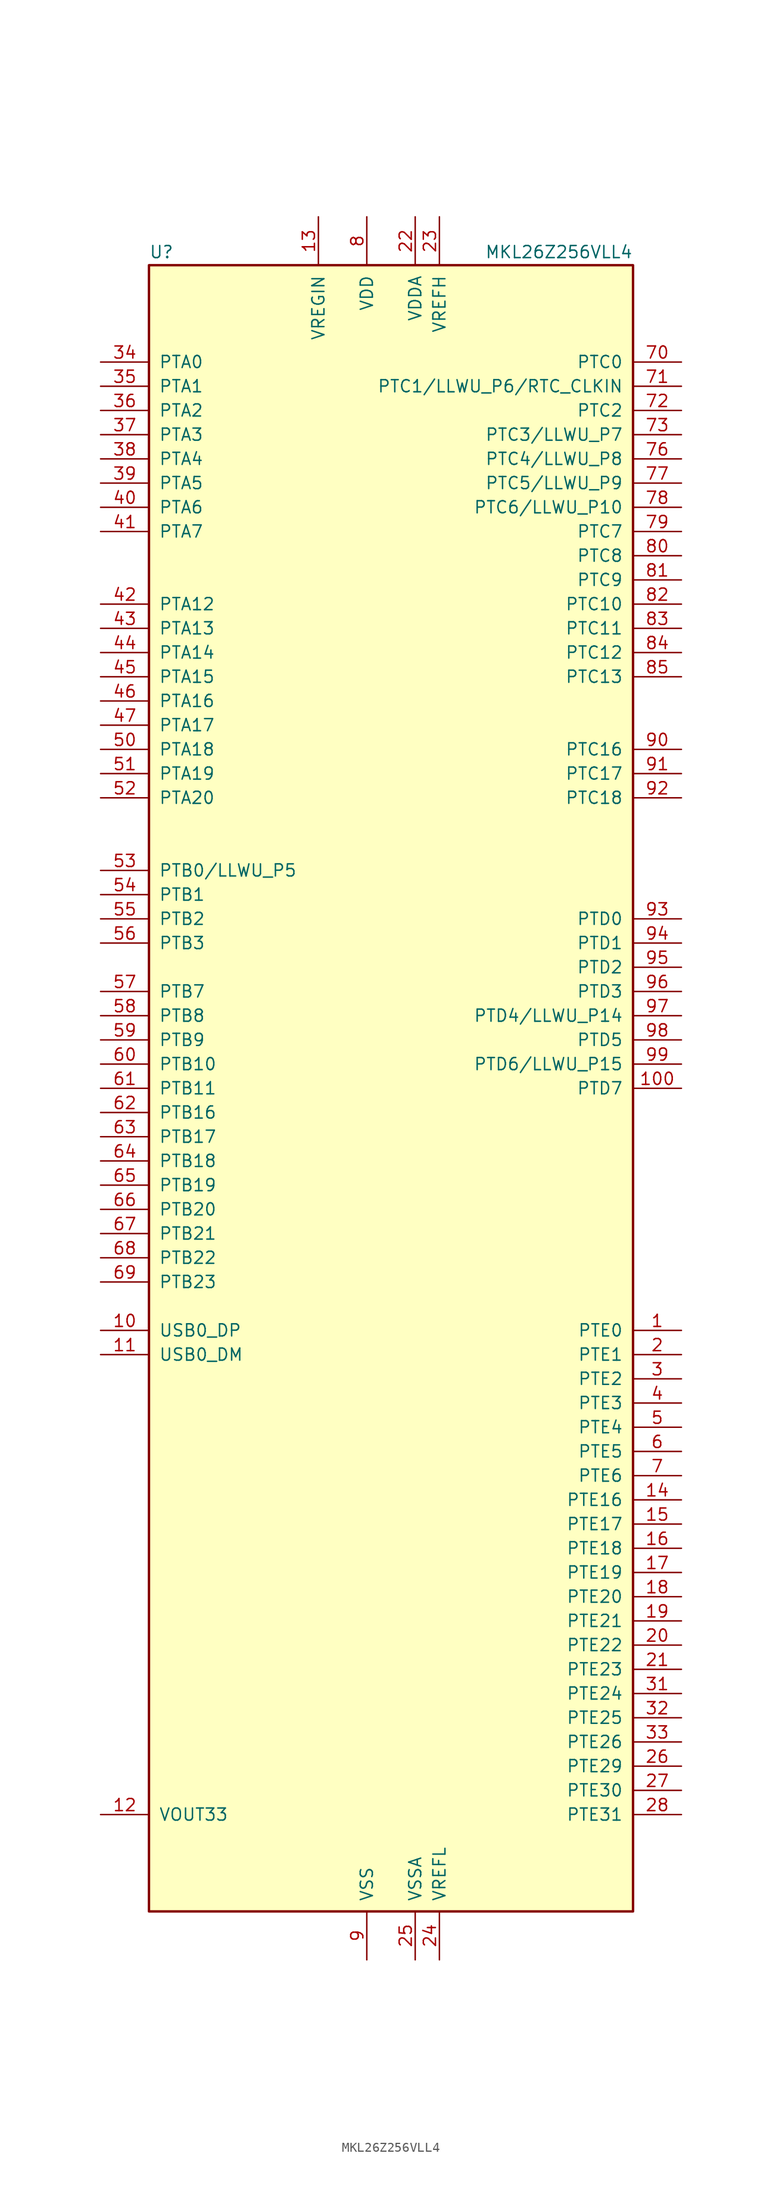
<source format=kicad_sym>
(kicad_symbol_lib
  (version 20241209)
  (generator "kicad_symbol_editor")
  (generator_version "9.0")
  (symbol "MKL26Z256VLL4"
    (pin_names
      (offset 1.016))
    (property "Reference" "U"
      (at -25.4 86.995 0)
      (effects (font (size 1.27 1.27)) (justify left bottom)))
    (property "Value" "MKL26Z256VLL4"
      (at 25.4 86.995 0)
      (effects (font (size 1.27 1.27)) (justify right bottom)))
    (symbol "MKL26Z256VLL4_0_1"
      (rectangle (start -25.4 86.36) (end 25.4 -86.36) (stroke (width 0.254) (type default)) (fill (type background))))
    (symbol "MKL26Z256VLL4_1_1"
      (pin bidirectional line (at -30.48 76.2 0) (length 5.08) (name "PTA0" (effects (font (size 1.27 1.27)))) (number "34" (effects (font (size 1.27 1.27)))))
      (pin bidirectional line (at -30.48 73.66 0) (length 5.08) (name "PTA1" (effects (font (size 1.27 1.27)))) (number "35" (effects (font (size 1.27 1.27)))))
      (pin bidirectional line (at -30.48 71.12 0) (length 5.08) (name "PTA2" (effects (font (size 1.27 1.27)))) (number "36" (effects (font (size 1.27 1.27)))))
      (pin bidirectional line (at -30.48 68.58 0) (length 5.08) (name "PTA3" (effects (font (size 1.27 1.27)))) (number "37" (effects (font (size 1.27 1.27)))))
      (pin bidirectional line (at -30.48 66.04 0) (length 5.08) (name "PTA4" (effects (font (size 1.27 1.27)))) (number "38" (effects (font (size 1.27 1.27)))))
      (pin bidirectional line (at -30.48 63.5 0) (length 5.08) (name "PTA5" (effects (font (size 1.27 1.27)))) (number "39" (effects (font (size 1.27 1.27)))))
      (pin bidirectional line (at -30.48 60.96 0) (length 5.08) (name "PTA6" (effects (font (size 1.27 1.27)))) (number "40" (effects (font (size 1.27 1.27)))))
      (pin bidirectional line (at -30.48 58.42 0) (length 5.08) (name "PTA7" (effects (font (size 1.27 1.27)))) (number "41" (effects (font (size 1.27 1.27)))))
      (pin bidirectional line (at -30.48 50.8 0) (length 5.08) (name "PTA12" (effects (font (size 1.27 1.27)))) (number "42" (effects (font (size 1.27 1.27)))))
      (pin bidirectional line (at -30.48 48.26 0) (length 5.08) (name "PTA13" (effects (font (size 1.27 1.27)))) (number "43" (effects (font (size 1.27 1.27)))))
      (pin bidirectional line (at -30.48 45.72 0) (length 5.08) (name "PTA14" (effects (font (size 1.27 1.27)))) (number "44" (effects (font (size 1.27 1.27)))))
      (pin bidirectional line (at -30.48 43.18 0) (length 5.08) (name "PTA15" (effects (font (size 1.27 1.27)))) (number "45" (effects (font (size 1.27 1.27)))))
      (pin bidirectional line (at -30.48 40.64 0) (length 5.08) (name "PTA16" (effects (font (size 1.27 1.27)))) (number "46" (effects (font (size 1.27 1.27)))))
      (pin bidirectional line (at -30.48 38.1 0) (length 5.08) (name "PTA17" (effects (font (size 1.27 1.27)))) (number "47" (effects (font (size 1.27 1.27)))))
      (pin bidirectional line (at -30.48 35.56 0) (length 5.08) (name "PTA18" (effects (font (size 1.27 1.27)))) (number "50" (effects (font (size 1.27 1.27)))))
      (pin bidirectional line (at -30.48 33.02 0) (length 5.08) (name "PTA19" (effects (font (size 1.27 1.27)))) (number "51" (effects (font (size 1.27 1.27)))))
      (pin bidirectional line (at -30.48 30.48 0) (length 5.08) (name "PTA20" (effects (font (size 1.27 1.27)))) (number "52" (effects (font (size 1.27 1.27)))))
      (pin bidirectional line (at -30.48 22.86 0) (length 5.08) (name "PTB0/LLWU_P5" (effects (font (size 1.27 1.27)))) (number "53" (effects (font (size 1.27 1.27)))))
      (pin bidirectional line (at -30.48 20.32 0) (length 5.08) (name "PTB1" (effects (font (size 1.27 1.27)))) (number "54" (effects (font (size 1.27 1.27)))))
      (pin bidirectional line (at -30.48 17.78 0) (length 5.08) (name "PTB2" (effects (font (size 1.27 1.27)))) (number "55" (effects (font (size 1.27 1.27)))))
      (pin bidirectional line (at -30.48 15.24 0) (length 5.08) (name "PTB3" (effects (font (size 1.27 1.27)))) (number "56" (effects (font (size 1.27 1.27)))))
      (pin bidirectional line (at -30.48 10.16 0) (length 5.08) (name "PTB7" (effects (font (size 1.27 1.27)))) (number "57" (effects (font (size 1.27 1.27)))))
      (pin bidirectional line (at -30.48 7.62 0) (length 5.08) (name "PTB8" (effects (font (size 1.27 1.27)))) (number "58" (effects (font (size 1.27 1.27)))))
      (pin bidirectional line (at -30.48 5.08 0) (length 5.08) (name "PTB9" (effects (font (size 1.27 1.27)))) (number "59" (effects (font (size 1.27 1.27)))))
      (pin bidirectional line (at -30.48 2.54 0) (length 5.08) (name "PTB10" (effects (font (size 1.27 1.27)))) (number "60" (effects (font (size 1.27 1.27)))))
      (pin bidirectional line (at -30.48 0 0) (length 5.08) (name "PTB11" (effects (font (size 1.27 1.27)))) (number "61" (effects (font (size 1.27 1.27)))))
      (pin bidirectional line (at -30.48 -2.54 0) (length 5.08) (name "PTB16" (effects (font (size 1.27 1.27)))) (number "62" (effects (font (size 1.27 1.27)))))
      (pin bidirectional line (at -30.48 -5.08 0) (length 5.08) (name "PTB17" (effects (font (size 1.27 1.27)))) (number "63" (effects (font (size 1.27 1.27)))))
      (pin bidirectional line (at -30.48 -7.62 0) (length 5.08) (name "PTB18" (effects (font (size 1.27 1.27)))) (number "64" (effects (font (size 1.27 1.27)))))
      (pin bidirectional line (at -30.48 -10.16 0) (length 5.08) (name "PTB19" (effects (font (size 1.27 1.27)))) (number "65" (effects (font (size 1.27 1.27)))))
      (pin bidirectional line (at -30.48 -12.7 0) (length 5.08) (name "PTB20" (effects (font (size 1.27 1.27)))) (number "66" (effects (font (size 1.27 1.27)))))
      (pin bidirectional line (at -30.48 -15.24 0) (length 5.08) (name "PTB21" (effects (font (size 1.27 1.27)))) (number "67" (effects (font (size 1.27 1.27)))))
      (pin bidirectional line (at -30.48 -17.78 0) (length 5.08) (name "PTB22" (effects (font (size 1.27 1.27)))) (number "68" (effects (font (size 1.27 1.27)))))
      (pin bidirectional line (at -30.48 -20.32 0) (length 5.08) (name "PTB23" (effects (font (size 1.27 1.27)))) (number "69" (effects (font (size 1.27 1.27)))))
      (pin bidirectional line (at -30.48 -25.4 0) (length 5.08) (name "USB0_DP" (effects (font (size 1.27 1.27)))) (number "10" (effects (font (size 1.27 1.27)))))
      (pin bidirectional line (at -30.48 -27.94 0) (length 5.08) (name "USB0_DM" (effects (font (size 1.27 1.27)))) (number "11" (effects (font (size 1.27 1.27)))))
      (pin power_out line (at -30.48 -76.2 0) (length 5.08) (name "VOUT33" (effects (font (size 1.27 1.27)))) (number "12" (effects (font (size 1.27 1.27)))))
      (pin no_connect line (at -25.4 -63.5 0) (length 5.08) (hide yes) (name "NC" (effects (font (size 1.27 1.27)))) (number "86" (effects (font (size 1.27 1.27)))))
      (pin no_connect line (at -25.4 -66.04 0) (length 5.08) (hide yes) (name "NC" (effects (font (size 1.27 1.27)))) (number "87" (effects (font (size 1.27 1.27)))))
      (pin no_connect line (at -25.4 -68.58 0) (length 5.08) (hide yes) (name "NC" (effects (font (size 1.27 1.27)))) (number "88" (effects (font (size 1.27 1.27)))))
      (pin no_connect line (at -25.4 -71.12 0) (length 5.08) (hide yes) (name "NC" (effects (font (size 1.27 1.27)))) (number "89" (effects (font (size 1.27 1.27)))))
      (pin power_in line (at -7.62 91.44 270) (length 5.08) (name "VREGIN" (effects (font (size 1.27 1.27)))) (number "13" (effects (font (size 1.27 1.27)))))
      (pin passive line (at -2.54 91.44 270) (length 5.08) (hide yes) (name "VDD" (effects (font (size 1.27 1.27)))) (number "30" (effects (font (size 1.27 1.27)))))
      (pin passive line (at -2.54 91.44 270) (length 5.08) (hide yes) (name "VDD" (effects (font (size 1.27 1.27)))) (number "48" (effects (font (size 1.27 1.27)))))
      (pin passive line (at -2.54 91.44 270) (length 5.08) (hide yes) (name "VDD" (effects (font (size 1.27 1.27)))) (number "75" (effects (font (size 1.27 1.27)))))
      (pin power_in line (at -2.54 91.44 270) (length 5.08) (name "VDD" (effects (font (size 1.27 1.27)))) (number "8" (effects (font (size 1.27 1.27)))))
      (pin passive line (at -2.54 -91.44 90) (length 5.08) (hide yes) (name "VSS" (effects (font (size 1.27 1.27)))) (number "29" (effects (font (size 1.27 1.27)))))
      (pin passive line (at -2.54 -91.44 90) (length 5.08) (hide yes) (name "VSS" (effects (font (size 1.27 1.27)))) (number "49" (effects (font (size 1.27 1.27)))))
      (pin passive line (at -2.54 -91.44 90) (length 5.08) (hide yes) (name "VSS" (effects (font (size 1.27 1.27)))) (number "74" (effects (font (size 1.27 1.27)))))
      (pin power_in line (at -2.54 -91.44 90) (length 5.08) (name "VSS" (effects (font (size 1.27 1.27)))) (number "9" (effects (font (size 1.27 1.27)))))
      (pin power_in line (at 2.54 91.44 270) (length 5.08) (name "VDDA" (effects (font (size 1.27 1.27)))) (number "22" (effects (font (size 1.27 1.27)))))
      (pin power_in line (at 2.54 -91.44 90) (length 5.08) (name "VSSA" (effects (font (size 1.27 1.27)))) (number "25" (effects (font (size 1.27 1.27)))))
      (pin power_in line (at 5.08 91.44 270) (length 5.08) (name "VREFH" (effects (font (size 1.27 1.27)))) (number "23" (effects (font (size 1.27 1.27)))))
      (pin power_in line (at 5.08 -91.44 90) (length 5.08) (name "VREFL" (effects (font (size 1.27 1.27)))) (number "24" (effects (font (size 1.27 1.27)))))
      (pin bidirectional line (at 30.48 76.2 180) (length 5.08) (name "PTC0" (effects (font (size 1.27 1.27)))) (number "70" (effects (font (size 1.27 1.27)))))
      (pin bidirectional line (at 30.48 73.66 180) (length 5.08) (name "PTC1/LLWU_P6/RTC_CLKIN" (effects (font (size 1.27 1.27)))) (number "71" (effects (font (size 1.27 1.27)))))
      (pin bidirectional line (at 30.48 71.12 180) (length 5.08) (name "PTC2" (effects (font (size 1.27 1.27)))) (number "72" (effects (font (size 1.27 1.27)))))
      (pin bidirectional line (at 30.48 68.58 180) (length 5.08) (name "PTC3/LLWU_P7" (effects (font (size 1.27 1.27)))) (number "73" (effects (font (size 1.27 1.27)))))
      (pin bidirectional line (at 30.48 66.04 180) (length 5.08) (name "PTC4/LLWU_P8" (effects (font (size 1.27 1.27)))) (number "76" (effects (font (size 1.27 1.27)))))
      (pin bidirectional line (at 30.48 63.5 180) (length 5.08) (name "PTC5/LLWU_P9" (effects (font (size 1.27 1.27)))) (number "77" (effects (font (size 1.27 1.27)))))
      (pin bidirectional line (at 30.48 60.96 180) (length 5.08) (name "PTC6/LLWU_P10" (effects (font (size 1.27 1.27)))) (number "78" (effects (font (size 1.27 1.27)))))
      (pin bidirectional line (at 30.48 58.42 180) (length 5.08) (name "PTC7" (effects (font (size 1.27 1.27)))) (number "79" (effects (font (size 1.27 1.27)))))
      (pin bidirectional line (at 30.48 55.88 180) (length 5.08) (name "PTC8" (effects (font (size 1.27 1.27)))) (number "80" (effects (font (size 1.27 1.27)))))
      (pin bidirectional line (at 30.48 53.34 180) (length 5.08) (name "PTC9" (effects (font (size 1.27 1.27)))) (number "81" (effects (font (size 1.27 1.27)))))
      (pin bidirectional line (at 30.48 50.8 180) (length 5.08) (name "PTC10" (effects (font (size 1.27 1.27)))) (number "82" (effects (font (size 1.27 1.27)))))
      (pin bidirectional line (at 30.48 48.26 180) (length 5.08) (name "PTC11" (effects (font (size 1.27 1.27)))) (number "83" (effects (font (size 1.27 1.27)))))
      (pin bidirectional line (at 30.48 45.72 180) (length 5.08) (name "PTC12" (effects (font (size 1.27 1.27)))) (number "84" (effects (font (size 1.27 1.27)))))
      (pin bidirectional line (at 30.48 43.18 180) (length 5.08) (name "PTC13" (effects (font (size 1.27 1.27)))) (number "85" (effects (font (size 1.27 1.27)))))
      (pin bidirectional line (at 30.48 35.56 180) (length 5.08) (name "PTC16" (effects (font (size 1.27 1.27)))) (number "90" (effects (font (size 1.27 1.27)))))
      (pin bidirectional line (at 30.48 33.02 180) (length 5.08) (name "PTC17" (effects (font (size 1.27 1.27)))) (number "91" (effects (font (size 1.27 1.27)))))
      (pin bidirectional line (at 30.48 30.48 180) (length 5.08) (name "PTC18" (effects (font (size 1.27 1.27)))) (number "92" (effects (font (size 1.27 1.27)))))
      (pin bidirectional line (at 30.48 17.78 180) (length 5.08) (name "PTD0" (effects (font (size 1.27 1.27)))) (number "93" (effects (font (size 1.27 1.27)))))
      (pin bidirectional line (at 30.48 15.24 180) (length 5.08) (name "PTD1" (effects (font (size 1.27 1.27)))) (number "94" (effects (font (size 1.27 1.27)))))
      (pin bidirectional line (at 30.48 12.7 180) (length 5.08) (name "PTD2" (effects (font (size 1.27 1.27)))) (number "95" (effects (font (size 1.27 1.27)))))
      (pin bidirectional line (at 30.48 10.16 180) (length 5.08) (name "PTD3" (effects (font (size 1.27 1.27)))) (number "96" (effects (font (size 1.27 1.27)))))
      (pin bidirectional line (at 30.48 7.62 180) (length 5.08) (name "PTD4/LLWU_P14" (effects (font (size 1.27 1.27)))) (number "97" (effects (font (size 1.27 1.27)))))
      (pin bidirectional line (at 30.48 5.08 180) (length 5.08) (name "PTD5" (effects (font (size 1.27 1.27)))) (number "98" (effects (font (size 1.27 1.27)))))
      (pin bidirectional line (at 30.48 2.54 180) (length 5.08) (name "PTD6/LLWU_P15" (effects (font (size 1.27 1.27)))) (number "99" (effects (font (size 1.27 1.27)))))
      (pin bidirectional line (at 30.48 0 180) (length 5.08) (name "PTD7" (effects (font (size 1.27 1.27)))) (number "100" (effects (font (size 1.27 1.27)))))
      (pin bidirectional line (at 30.48 -25.4 180) (length 5.08) (name "PTE0" (effects (font (size 1.27 1.27)))) (number "1" (effects (font (size 1.27 1.27)))))
      (pin bidirectional line (at 30.48 -27.94 180) (length 5.08) (name "PTE1" (effects (font (size 1.27 1.27)))) (number "2" (effects (font (size 1.27 1.27)))))
      (pin bidirectional line (at 30.48 -30.48 180) (length 5.08) (name "PTE2" (effects (font (size 1.27 1.27)))) (number "3" (effects (font (size 1.27 1.27)))))
      (pin bidirectional line (at 30.48 -33.02 180) (length 5.08) (name "PTE3" (effects (font (size 1.27 1.27)))) (number "4" (effects (font (size 1.27 1.27)))))
      (pin bidirectional line (at 30.48 -35.56 180) (length 5.08) (name "PTE4" (effects (font (size 1.27 1.27)))) (number "5" (effects (font (size 1.27 1.27)))))
      (pin bidirectional line (at 30.48 -38.1 180) (length 5.08) (name "PTE5" (effects (font (size 1.27 1.27)))) (number "6" (effects (font (size 1.27 1.27)))))
      (pin bidirectional line (at 30.48 -40.64 180) (length 5.08) (name "PTE6" (effects (font (size 1.27 1.27)))) (number "7" (effects (font (size 1.27 1.27)))))
      (pin bidirectional line (at 30.48 -43.18 180) (length 5.08) (name "PTE16" (effects (font (size 1.27 1.27)))) (number "14" (effects (font (size 1.27 1.27)))))
      (pin bidirectional line (at 30.48 -45.72 180) (length 5.08) (name "PTE17" (effects (font (size 1.27 1.27)))) (number "15" (effects (font (size 1.27 1.27)))))
      (pin bidirectional line (at 30.48 -48.26 180) (length 5.08) (name "PTE18" (effects (font (size 1.27 1.27)))) (number "16" (effects (font (size 1.27 1.27)))))
      (pin bidirectional line (at 30.48 -50.8 180) (length 5.08) (name "PTE19" (effects (font (size 1.27 1.27)))) (number "17" (effects (font (size 1.27 1.27)))))
      (pin bidirectional line (at 30.48 -53.34 180) (length 5.08) (name "PTE20" (effects (font (size 1.27 1.27)))) (number "18" (effects (font (size 1.27 1.27)))))
      (pin bidirectional line (at 30.48 -55.88 180) (length 5.08) (name "PTE21" (effects (font (size 1.27 1.27)))) (number "19" (effects (font (size 1.27 1.27)))))
      (pin bidirectional line (at 30.48 -58.42 180) (length 5.08) (name "PTE22" (effects (font (size 1.27 1.27)))) (number "20" (effects (font (size 1.27 1.27)))))
      (pin bidirectional line (at 30.48 -60.96 180) (length 5.08) (name "PTE23" (effects (font (size 1.27 1.27)))) (number "21" (effects (font (size 1.27 1.27)))))
      (pin bidirectional line (at 30.48 -63.5 180) (length 5.08) (name "PTE24" (effects (font (size 1.27 1.27)))) (number "31" (effects (font (size 1.27 1.27)))))
      (pin bidirectional line (at 30.48 -66.04 180) (length 5.08) (name "PTE25" (effects (font (size 1.27 1.27)))) (number "32" (effects (font (size 1.27 1.27)))))
      (pin bidirectional line (at 30.48 -68.58 180) (length 5.08) (name "PTE26" (effects (font (size 1.27 1.27)))) (number "33" (effects (font (size 1.27 1.27)))))
      (pin bidirectional line (at 30.48 -71.12 180) (length 5.08) (name "PTE29" (effects (font (size 1.27 1.27)))) (number "26" (effects (font (size 1.27 1.27)))))
      (pin bidirectional line (at 30.48 -73.66 180) (length 5.08) (name "PTE30" (effects (font (size 1.27 1.27)))) (number "27" (effects (font (size 1.27 1.27)))))
      (pin bidirectional line (at 30.48 -76.2 180) (length 5.08) (name "PTE31" (effects (font (size 1.27 1.27)))) (number "28" (effects (font (size 1.27 1.27))))))))
</source>
